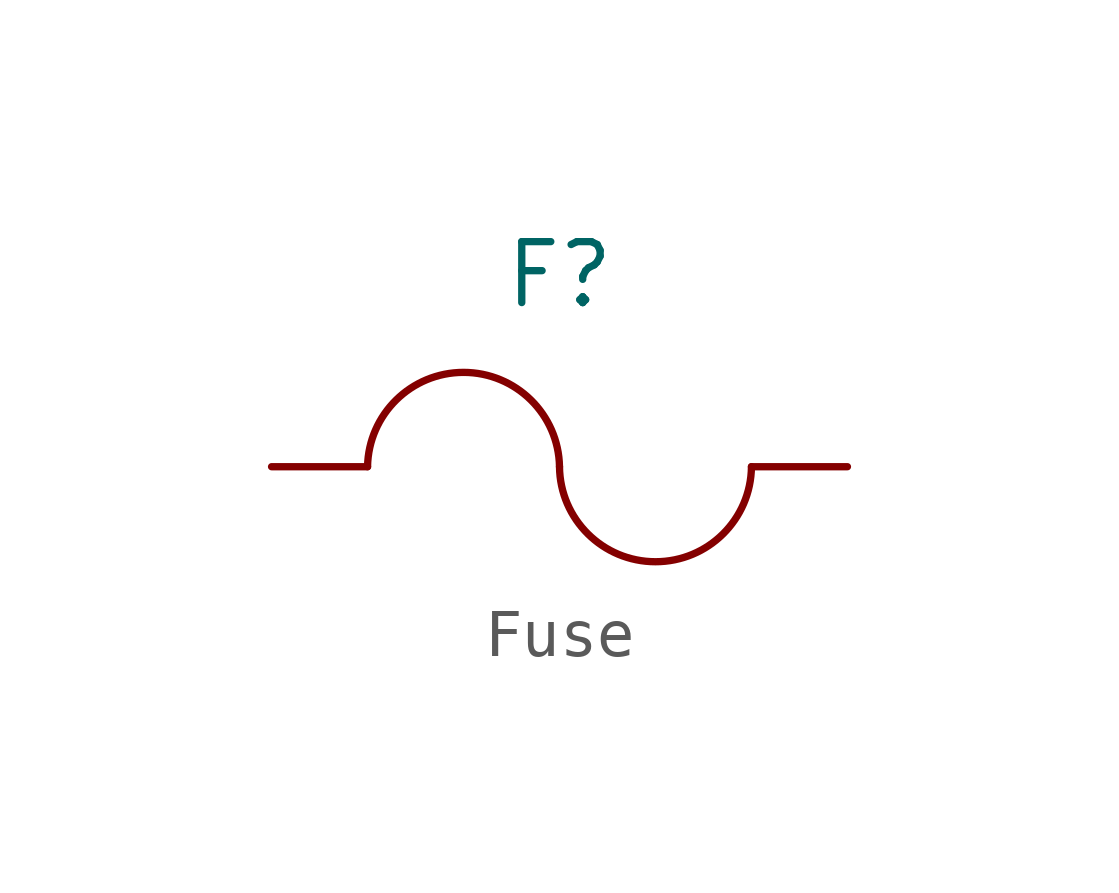
<source format=kicad_sym>
(kicad_symbol_lib
  (version 20220914)
  (generator kicad_symbol_editor)
  (symbol "Fuse"
    (pin_numbers hide)
    (pin_names hide)
    (property "Reference" "F"
      (at 0 4 0)
      (effects (font (size 1.27 1.27))))
    (property "Value" ""
      (at 0 0 0)
      (effects (font (size 1.27 1.27))))
    (symbol "Fuse_0_1"
      (arc (start 0 0) (mid -2 1.9657) (end -4 0) (stroke (width 0) (type default)) (fill (type none)))
      (arc (start 0 0) (mid 2 -1.9801) (end 4 0) (stroke (width 0) (type default)) (fill (type none))))
    (symbol "Fuse_1_1"
      (pin input line (at -6 0 0) (length 2) (name "1" (effects (font (size 1.27 1.27)))) (number "1" (effects (font (size 1.27 1.27)))))
      (pin input line (at 6 0 180) (length 2) (name "2" (effects (font (size 1.27 1.27)))) (number "2" (effects (font (size 1.27 1.27))))))))
</source>
